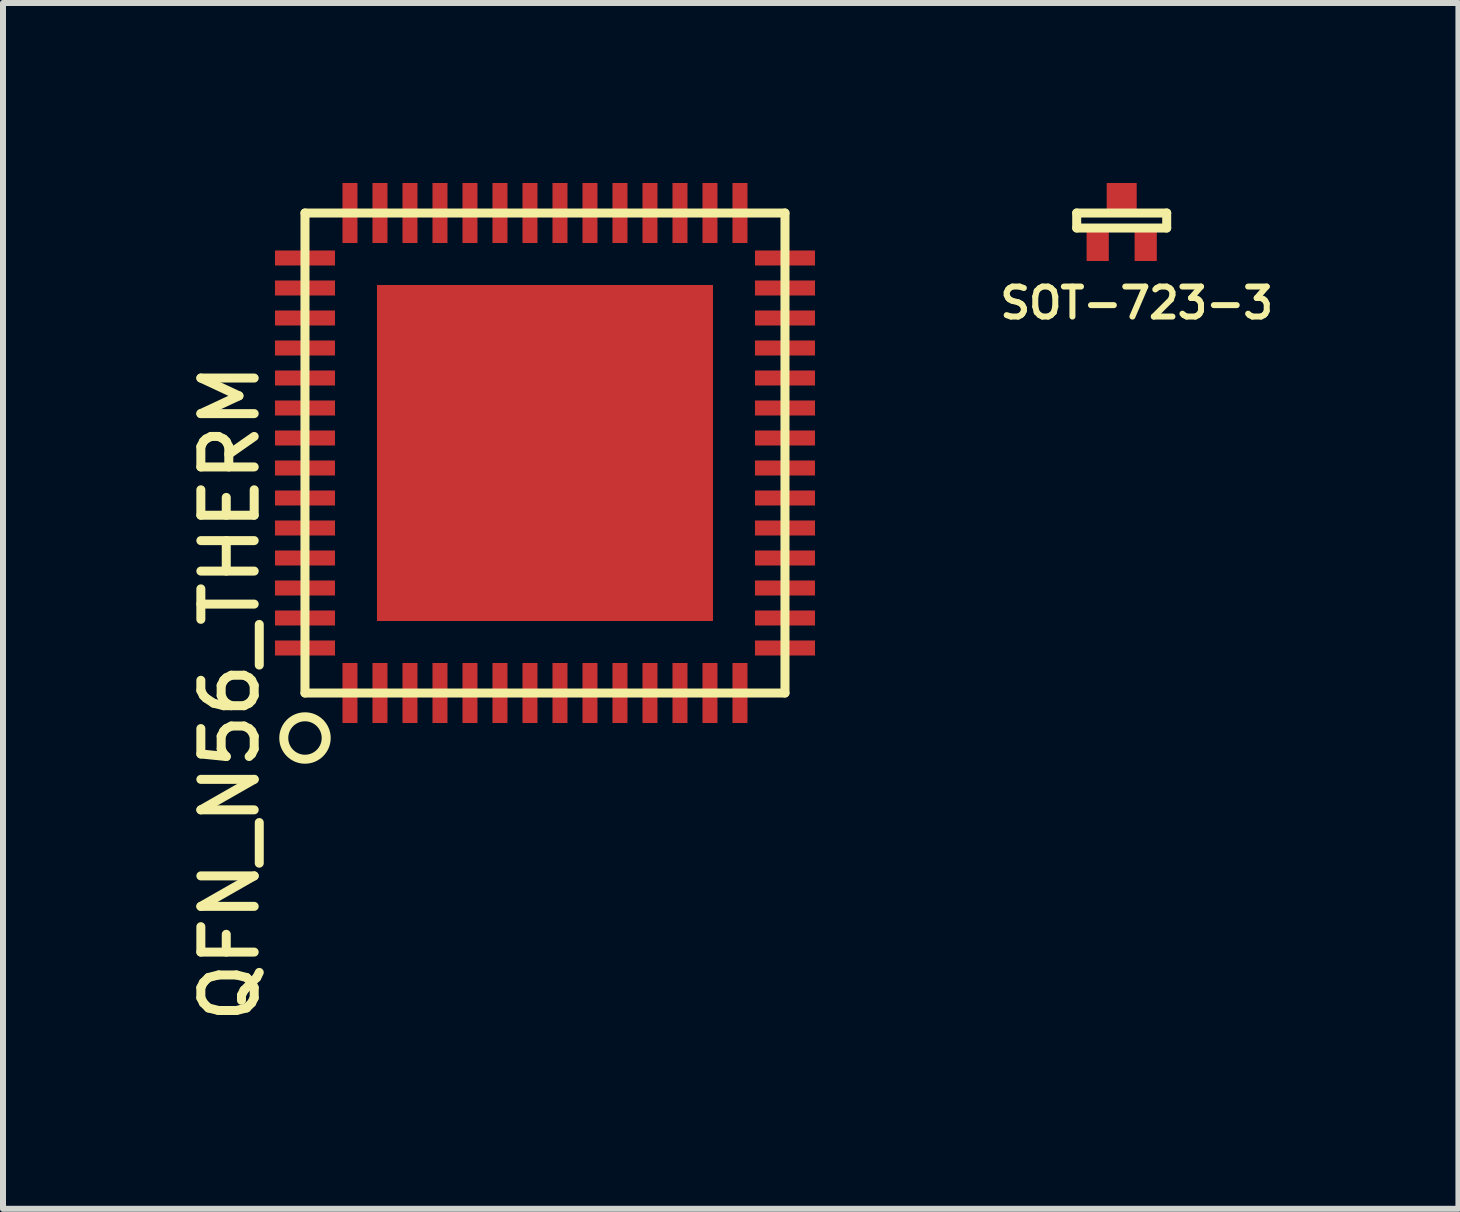
<source format=kicad_pcb>
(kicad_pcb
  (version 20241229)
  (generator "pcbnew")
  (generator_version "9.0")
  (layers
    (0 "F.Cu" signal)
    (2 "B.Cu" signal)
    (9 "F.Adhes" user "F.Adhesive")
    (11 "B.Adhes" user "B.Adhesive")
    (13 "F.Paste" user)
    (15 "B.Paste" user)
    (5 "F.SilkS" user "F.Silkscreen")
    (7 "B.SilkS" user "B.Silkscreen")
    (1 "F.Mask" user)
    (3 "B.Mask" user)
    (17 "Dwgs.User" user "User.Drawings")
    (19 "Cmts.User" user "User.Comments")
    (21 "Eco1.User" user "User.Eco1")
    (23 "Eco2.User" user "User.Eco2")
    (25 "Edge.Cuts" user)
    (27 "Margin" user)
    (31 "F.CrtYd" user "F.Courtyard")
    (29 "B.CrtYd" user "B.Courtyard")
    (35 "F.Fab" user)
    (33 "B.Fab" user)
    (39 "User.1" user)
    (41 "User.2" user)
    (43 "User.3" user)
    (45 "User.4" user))
  (footprint "SOT-723-3"
    (layer "F.Cu")
    (at 15.645 0.25)
    (property "Reference" "SOT-723-3" (at 0.25 1.75 0) (layer "F.SilkS") (effects (font (size 0.5 0.5) (thickness 0.1))))
    (attr through_hole)
    (fp_line (start -0.75 0.25) (end -0.75 0.5) (stroke (width 0.15) (type solid)) (layer "F.SilkS"))
    (fp_line (start -0.75 0.5) (end 0.75 0.5) (stroke (width 0.15) (type solid)) (layer "F.SilkS"))
    (fp_line (start 0.75 0.25) (end -0.75 0.25) (stroke (width 0.15) (type solid)) (layer "F.SilkS"))
    (fp_line (start 0.75 0.5) (end 0.75 0.25) (stroke (width 0.15) (type solid)) (layer "F.SilkS"))
    (pad "1" smd rect (at -0.4 0.8) (size 0.37 0.5) (layers "F.Cu" "F.Mask" "F.Paste"))
    (pad "2" smd rect (at 0.4 0.8) (size 0.37 0.5) (layers "F.Cu" "F.Mask" "F.Paste"))
    (pad "3" smd rect (at 0 0) (size 0.5 0.5) (layers "F.Cu" "F.Mask" "F.Paste")))
  (footprint "QFN_N56_THERM"
    (layer "F.Cu")
    (at 6.033 4.5)
    (property "Reference" "QFN_N56_THERM" (at -5.25 4 90) (layer "F.SilkS") (effects (font (size 0.889 0.889) (thickness 0.15))))
    (attr through_hole)
    (fp_line (start -4 -4) (end 4 -4) (stroke (width 0.15) (type solid)) (layer "F.SilkS"))
    (fp_line (start -4 4) (end -4 -4) (stroke (width 0.15) (type solid)) (layer "F.SilkS"))
    (fp_line (start 4 -4) (end 4 4) (stroke (width 0.15) (type solid)) (layer "F.SilkS"))
    (fp_line (start 4 4) (end -4 4) (stroke (width 0.15) (type solid)) (layer "F.SilkS"))
    (fp_circle (center -4 4.75) (end -3.75 4.5) (stroke (width 0.15) (type solid)) (fill no) (layer "F.SilkS"))
    (pad "1" smd rect (at -3.25 4) (size 0.25 1) (layers "F.Cu" "F.Mask" "F.Paste"))
    (pad "2" smd rect (at -2.75 4) (size 0.25 1) (layers "F.Cu" "F.Mask" "F.Paste"))
    (pad "3" smd rect (at -2.25 4) (size 0.25 1) (layers "F.Cu" "F.Mask" "F.Paste"))
    (pad "4" smd rect (at -1.75 4) (size 0.25 1) (layers "F.Cu" "F.Mask" "F.Paste"))
    (pad "5" smd rect (at -1.25 4) (size 0.25 1) (layers "F.Cu" "F.Mask" "F.Paste"))
    (pad "6" smd rect (at -0.75 4) (size 0.25 1) (layers "F.Cu" "F.Mask" "F.Paste"))
    (pad "7" smd rect (at -0.25 4) (size 0.25 1) (layers "F.Cu" "F.Mask" "F.Paste"))
    (pad "8" smd rect (at 0.25 4) (size 0.25 1) (layers "F.Cu" "F.Mask" "F.Paste"))
    (pad "9" smd rect (at 0.75 4) (size 0.25 1) (layers "F.Cu" "F.Mask" "F.Paste"))
    (pad "10" smd rect (at 1.25 4) (size 0.25 1) (layers "F.Cu" "F.Mask" "F.Paste"))
    (pad "11" smd rect (at 1.75 4) (size 0.25 1) (layers "F.Cu" "F.Mask" "F.Paste"))
    (pad "12" smd rect (at 2.25 4) (size 0.25 1) (layers "F.Cu" "F.Mask" "F.Paste"))
    (pad "13" smd rect (at 2.75 4) (size 0.25 1) (layers "F.Cu" "F.Mask" "F.Paste"))
    (pad "14" smd rect (at 3.25 4) (size 0.25 1) (layers "F.Cu" "F.Mask" "F.Paste"))
    (pad "15" smd rect (at 4 3.25 180) (size 1 0.25) (layers "F.Cu" "F.Mask" "F.Paste"))
    (pad "16" smd rect (at 4 2.75 180) (size 1 0.25) (layers "F.Cu" "F.Mask" "F.Paste"))
    (pad "17" smd rect (at 4 2.25 180) (size 1 0.25) (layers "F.Cu" "F.Mask" "F.Paste"))
    (pad "18" smd rect (at 4 1.75 180) (size 1 0.25) (layers "F.Cu" "F.Mask" "F.Paste"))
    (pad "19" smd rect (at 4 1.25 180) (size 1 0.25) (layers "F.Cu" "F.Mask" "F.Paste"))
    (pad "20" smd rect (at 4 0.75 180) (size 1 0.25) (layers "F.Cu" "F.Mask" "F.Paste"))
    (pad "21" smd rect (at 4 0.25 180) (size 1 0.25) (layers "F.Cu" "F.Mask" "F.Paste"))
    (pad "22" smd rect (at 4 -0.25 180) (size 1 0.25) (layers "F.Cu" "F.Mask" "F.Paste"))
    (pad "23" smd rect (at 4 -0.75 180) (size 1 0.25) (layers "F.Cu" "F.Mask" "F.Paste"))
    (pad "24" smd rect (at 4 -1.25 180) (size 1 0.25) (layers "F.Cu" "F.Mask" "F.Paste"))
    (pad "25" smd rect (at 4 -1.75 180) (size 1 0.25) (layers "F.Cu" "F.Mask" "F.Paste"))
    (pad "26" smd rect (at 4 -2.25 180) (size 1 0.25) (layers "F.Cu" "F.Mask" "F.Paste"))
    (pad "27" smd rect (at 4 -2.75 180) (size 1 0.25) (layers "F.Cu" "F.Mask" "F.Paste"))
    (pad "28" smd rect (at 4 -3.25 180) (size 1 0.25) (layers "F.Cu" "F.Mask" "F.Paste"))
    (pad "29" smd rect (at 3.25 -4 270) (size 1 0.25) (layers "F.Cu" "F.Mask" "F.Paste"))
    (pad "30" smd rect (at 2.75 -4 270) (size 1 0.25) (layers "F.Cu" "F.Mask" "F.Paste"))
    (pad "31" smd rect (at 2.25 -4 270) (size 1 0.25) (layers "F.Cu" "F.Mask" "F.Paste"))
    (pad "32" smd rect (at 1.75 -4 270) (size 1 0.25) (layers "F.Cu" "F.Mask" "F.Paste"))
    (pad "33" smd rect (at 1.25 -4 270) (size 1 0.25) (layers "F.Cu" "F.Mask" "F.Paste"))
    (pad "34" smd rect (at 0.75 -4 270) (size 1 0.25) (layers "F.Cu" "F.Mask" "F.Paste"))
    (pad "35" smd rect (at 0.25 -4 270) (size 1 0.25) (layers "F.Cu" "F.Mask" "F.Paste"))
    (pad "36" smd rect (at -0.25 -4 270) (size 1 0.25) (layers "F.Cu" "F.Mask" "F.Paste"))
    (pad "37" smd rect (at -0.75 -4 270) (size 1 0.25) (layers "F.Cu" "F.Mask" "F.Paste"))
    (pad "38" smd rect (at -1.25 -4 270) (size 1 0.25) (layers "F.Cu" "F.Mask" "F.Paste"))
    (pad "39" smd rect (at -1.75 -4 270) (size 1 0.25) (layers "F.Cu" "F.Mask" "F.Paste"))
    (pad "40" smd rect (at -2.25 -4 270) (size 1 0.25) (layers "F.Cu" "F.Mask" "F.Paste"))
    (pad "41" smd rect (at -2.75 -4 270) (size 1 0.25) (layers "F.Cu" "F.Mask" "F.Paste"))
    (pad "42" smd rect (at -3.25 -4 270) (size 1 0.25) (layers "F.Cu" "F.Mask" "F.Paste"))
    (pad "43" smd rect (at -4 -3.25) (size 1 0.25) (layers "F.Cu" "F.Mask" "F.Paste"))
    (pad "44" smd rect (at -4 -2.75) (size 1 0.25) (layers "F.Cu" "F.Mask" "F.Paste"))
    (pad "45" smd rect (at -4 -2.25) (size 1 0.25) (layers "F.Cu" "F.Mask" "F.Paste"))
    (pad "46" smd rect (at -4 -1.75) (size 1 0.25) (layers "F.Cu" "F.Mask" "F.Paste"))
    (pad "47" smd rect (at -4 -1.25) (size 1 0.25) (layers "F.Cu" "F.Mask" "F.Paste"))
    (pad "48" smd rect (at -4 -0.75) (size 1 0.25) (layers "F.Cu" "F.Mask" "F.Paste"))
    (pad "49" smd rect (at -4 -0.25) (size 1 0.25) (layers "F.Cu" "F.Mask" "F.Paste"))
    (pad "50" smd rect (at -4 0.25) (size 1 0.25) (layers "F.Cu" "F.Mask" "F.Paste"))
    (pad "51" smd rect (at -4 0.75) (size 1 0.25) (layers "F.Cu" "F.Mask" "F.Paste"))
    (pad "52" smd rect (at -4 1.25) (size 1 0.25) (layers "F.Cu" "F.Mask" "F.Paste"))
    (pad "53" smd rect (at -4 1.75) (size 1 0.25) (layers "F.Cu" "F.Mask" "F.Paste"))
    (pad "54" smd rect (at -4 2.25) (size 1 0.25) (layers "F.Cu" "F.Mask" "F.Paste"))
    (pad "55" smd rect (at -4 2.75) (size 1 0.25) (layers "F.Cu" "F.Mask" "F.Paste"))
    (pad "56" smd rect (at -4 3.25) (size 1 0.25) (layers "F.Cu" "F.Mask" "F.Paste"))
    (pad "57" smd rect (at 0 0) (size 5.6 5.6) (layers "F.Cu" "F.Mask" "F.Paste")))
  (gr_rect
    (start -3 -3)
    (end 21.257 17.097)
    (stroke (width 0.1) (type default))
    (fill no)
    (layer "Edge.Cuts")))
</source>
